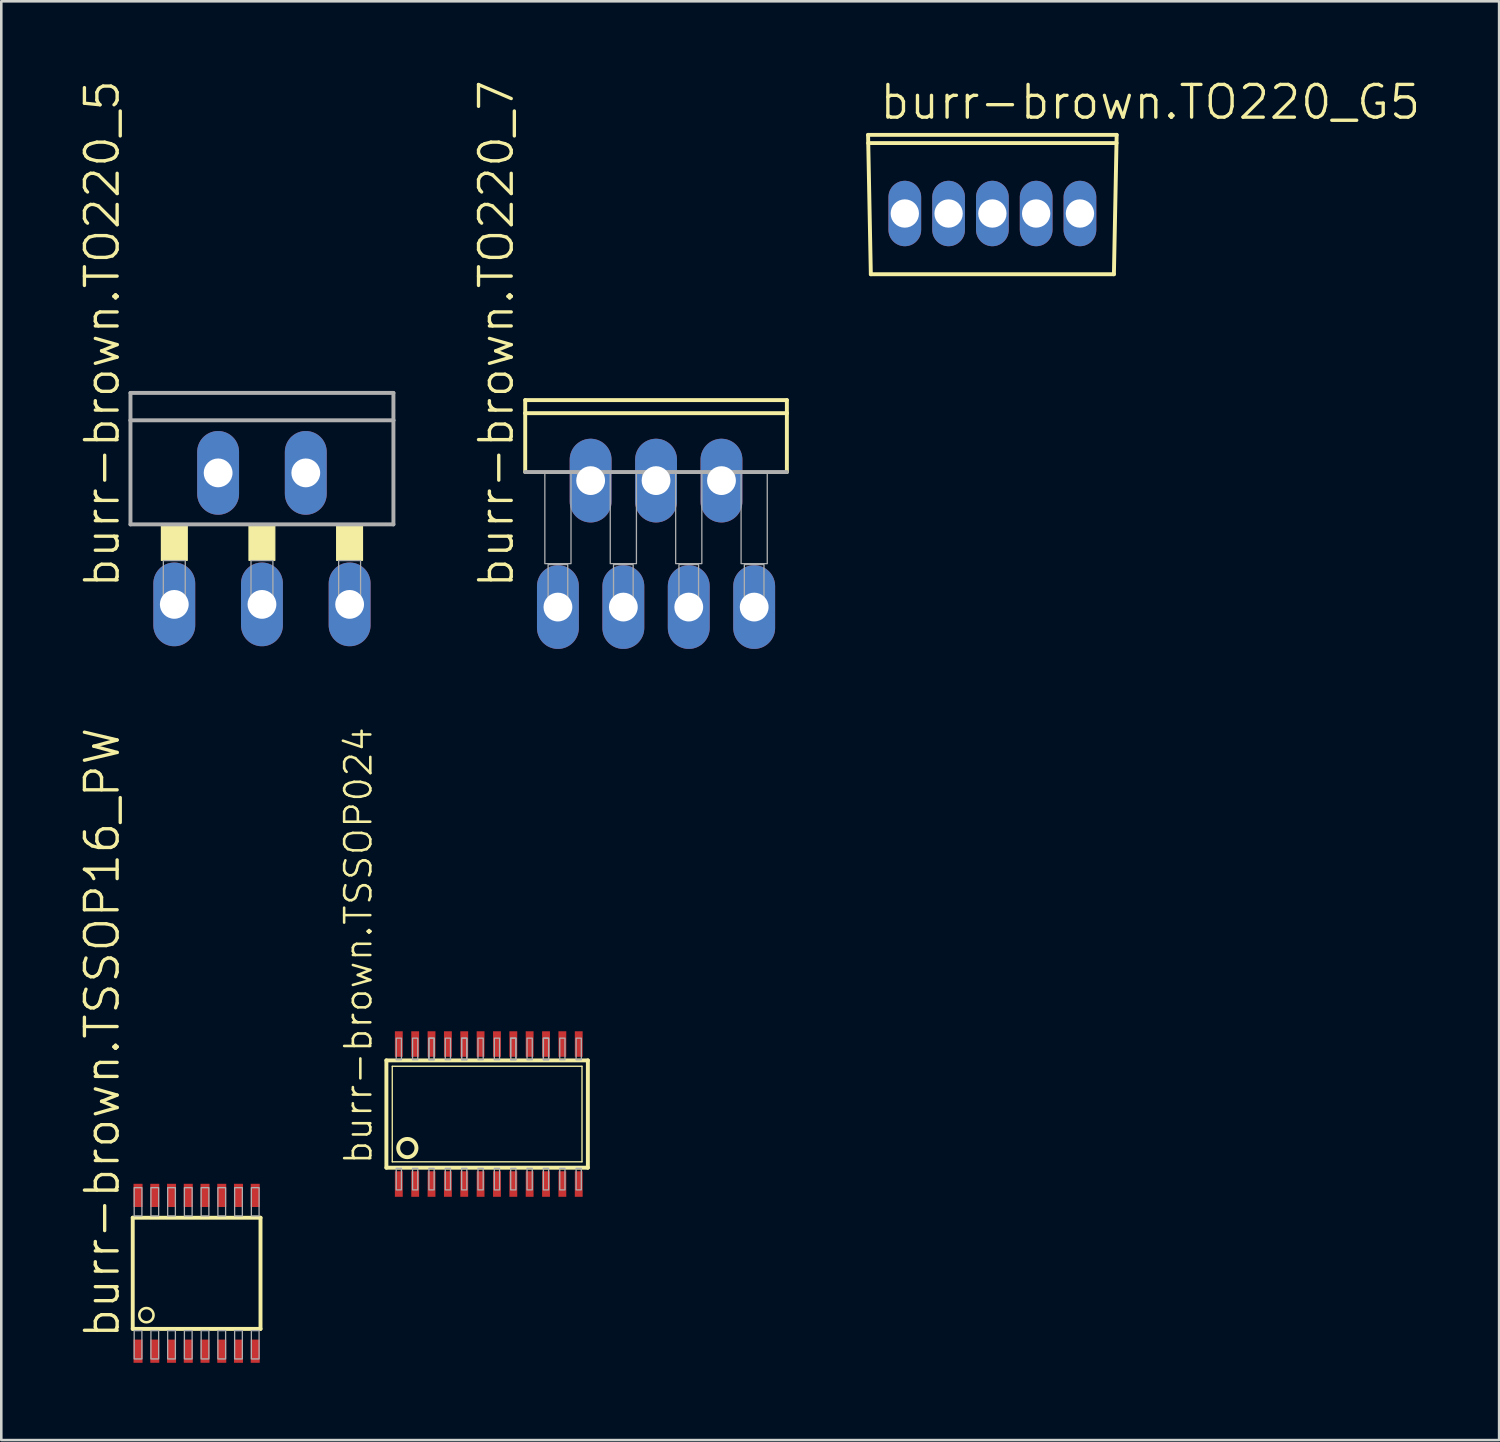
<source format=kicad_pcb>
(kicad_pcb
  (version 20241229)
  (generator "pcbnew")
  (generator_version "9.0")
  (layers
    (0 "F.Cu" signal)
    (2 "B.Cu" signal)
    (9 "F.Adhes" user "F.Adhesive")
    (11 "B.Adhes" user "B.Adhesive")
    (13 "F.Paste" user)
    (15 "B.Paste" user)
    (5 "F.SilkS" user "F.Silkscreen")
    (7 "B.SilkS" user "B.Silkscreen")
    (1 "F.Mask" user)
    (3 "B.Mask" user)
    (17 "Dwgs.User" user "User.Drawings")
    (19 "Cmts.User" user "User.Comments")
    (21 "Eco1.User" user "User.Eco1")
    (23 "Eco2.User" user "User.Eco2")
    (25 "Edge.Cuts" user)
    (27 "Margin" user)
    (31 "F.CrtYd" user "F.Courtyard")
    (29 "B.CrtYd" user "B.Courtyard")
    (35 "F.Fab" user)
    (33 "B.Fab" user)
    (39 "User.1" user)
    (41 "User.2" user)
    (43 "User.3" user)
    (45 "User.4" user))
  (footprint "burr-brown.TSSOP16_PW"
    (layer "F.Cu")
    (at 4.585 46.39)
    (property "Reference" "burr-brown.TSSOP16_PW" (at -2.925 2.6 90) (layer "F.SilkS") (effects (font (size 1.27 1.27) (thickness 0.13)) (justify left bottom)))
    (attr smd)
    (fp_line (start -2.481 -2.158) (end -2.481 2.158) (stroke (width 0.152) (type default)) (layer "F.SilkS"))
    (fp_line (start -2.481 2.158) (end 2.48 2.158) (stroke (width 0.152) (type default)) (layer "F.SilkS"))
    (fp_line (start 2.48 -2.158) (end -2.481 -2.158) (stroke (width 0.152) (type default)) (layer "F.SilkS"))
    (fp_line (start 2.48 2.158) (end 2.48 -2.158) (stroke (width 0.152) (type default)) (layer "F.SilkS"))
    (fp_circle (center -1.95 1.625) (end -1.674 1.625) (stroke (width 0.1) (type default)) (fill no) (layer "F.SilkS"))
    (fp_rect (start -2.425 -2.225) (end -2.125 -3.325) (stroke (width 0.05) (type default)) (fill no) (layer "F.Fab"))
    (fp_rect (start -2.425 3.325) (end -2.125 2.225) (stroke (width 0.05) (type default)) (fill no) (layer "F.Fab"))
    (fp_rect (start -1.775 -2.225) (end -1.475 -3.325) (stroke (width 0.05) (type default)) (fill no) (layer "F.Fab"))
    (fp_rect (start -1.775 3.325) (end -1.475 2.225) (stroke (width 0.05) (type default)) (fill no) (layer "F.Fab"))
    (fp_rect (start -1.125 -2.225) (end -0.825 -3.325) (stroke (width 0.05) (type default)) (fill no) (layer "F.Fab"))
    (fp_rect (start -1.125 3.325) (end -0.825 2.225) (stroke (width 0.05) (type default)) (fill no) (layer "F.Fab"))
    (fp_rect (start -0.475 -2.225) (end -0.175 -3.325) (stroke (width 0.05) (type default)) (fill no) (layer "F.Fab"))
    (fp_rect (start -0.475 3.325) (end -0.175 2.225) (stroke (width 0.05) (type default)) (fill no) (layer "F.Fab"))
    (fp_rect (start 0.175 -2.225) (end 0.475 -3.325) (stroke (width 0.05) (type default)) (fill no) (layer "F.Fab"))
    (fp_rect (start 0.175 3.325) (end 0.475 2.225) (stroke (width 0.05) (type default)) (fill no) (layer "F.Fab"))
    (fp_rect (start 0.825 -2.225) (end 1.125 -3.325) (stroke (width 0.05) (type default)) (fill no) (layer "F.Fab"))
    (fp_rect (start 0.825 3.325) (end 1.125 2.225) (stroke (width 0.05) (type default)) (fill no) (layer "F.Fab"))
    (fp_rect (start 1.475 -2.225) (end 1.775 -3.325) (stroke (width 0.05) (type default)) (fill no) (layer "F.Fab"))
    (fp_rect (start 1.475 3.325) (end 1.775 2.225) (stroke (width 0.05) (type default)) (fill no) (layer "F.Fab"))
    (fp_rect (start 2.125 -2.225) (end 2.425 -3.325) (stroke (width 0.05) (type default)) (fill no) (layer "F.Fab"))
    (fp_rect (start 2.125 3.325) (end 2.425 2.225) (stroke (width 0.05) (type default)) (fill no) (layer "F.Fab"))
    (pad "1" smd roundrect (at -2.275 3.025) (size 0.35 0.9) (layers "F.Cu" "F.Mask" "F.Paste") (roundrect_rratio 0.01))
    (pad "2" smd roundrect (at -1.625 3.025) (size 0.35 0.9) (layers "F.Cu" "F.Mask" "F.Paste") (roundrect_rratio 0.01))
    (pad "3" smd roundrect (at -0.975 3.025) (size 0.35 0.9) (layers "F.Cu" "F.Mask" "F.Paste") (roundrect_rratio 0.01))
    (pad "4" smd roundrect (at -0.325 3.025) (size 0.35 0.9) (layers "F.Cu" "F.Mask" "F.Paste") (roundrect_rratio 0.01))
    (pad "5" smd roundrect (at 0.325 3.025) (size 0.35 0.9) (layers "F.Cu" "F.Mask" "F.Paste") (roundrect_rratio 0.01))
    (pad "6" smd roundrect (at 0.975 3.025) (size 0.35 0.9) (layers "F.Cu" "F.Mask" "F.Paste") (roundrect_rratio 0.01))
    (pad "7" smd roundrect (at 1.625 3.025) (size 0.35 0.9) (layers "F.Cu" "F.Mask" "F.Paste") (roundrect_rratio 0.01))
    (pad "8" smd roundrect (at 2.275 3.025) (size 0.35 0.9) (layers "F.Cu" "F.Mask" "F.Paste") (roundrect_rratio 0.01))
    (pad "9" smd roundrect (at 2.275 -3.025 180) (size 0.35 0.9) (layers "F.Cu" "F.Mask" "F.Paste") (roundrect_rratio 0.01))
    (pad "10" smd roundrect (at 1.625 -3.025 180) (size 0.35 0.9) (layers "F.Cu" "F.Mask" "F.Paste") (roundrect_rratio 0.01))
    (pad "11" smd roundrect (at 0.975 -3.025 180) (size 0.35 0.9) (layers "F.Cu" "F.Mask" "F.Paste") (roundrect_rratio 0.01))
    (pad "12" smd roundrect (at 0.325 -3.025 180) (size 0.35 0.9) (layers "F.Cu" "F.Mask" "F.Paste") (roundrect_rratio 0.01))
    (pad "13" smd roundrect (at -0.325 -3.025 180) (size 0.35 0.9) (layers "F.Cu" "F.Mask" "F.Paste") (roundrect_rratio 0.01))
    (pad "14" smd roundrect (at -0.975 -3.025 180) (size 0.35 0.9) (layers "F.Cu" "F.Mask" "F.Paste") (roundrect_rratio 0.01))
    (pad "15" smd roundrect (at -1.625 -3.025 180) (size 0.35 0.9) (layers "F.Cu" "F.Mask" "F.Paste") (roundrect_rratio 0.01))
    (pad "16" smd roundrect (at -2.275 -3.025 180) (size 0.35 0.9) (layers "F.Cu" "F.Mask" "F.Paste") (roundrect_rratio 0.01)))
  (footprint "burr-brown.TO220_7"
    (layer "F.Cu")
    (at 22.423 12.485)
    (property "Reference" "burr-brown.TO220_7" (at -5.461 7.366 90) (layer "F.SilkS") (effects (font (size 1.27 1.27) (thickness 0.13)) (justify left bottom)))
    (attr through_hole)
    (fp_line (start -5.08 0.508) (end -5.08 0) (stroke (width 0.152) (type default)) (layer "F.SilkS"))
    (fp_line (start -5.08 0.508) (end 5.08 0.508) (stroke (width 0.152) (type default)) (layer "F.SilkS"))
    (fp_line (start -5.08 2.794) (end -5.08 0.508) (stroke (width 0.152) (type default)) (layer "F.SilkS"))
    (fp_line (start 5.08 0) (end -5.08 0) (stroke (width 0.152) (type default)) (layer "F.SilkS"))
    (fp_line (start 5.08 0) (end 5.08 0.508) (stroke (width 0.152) (type default)) (layer "F.SilkS"))
    (fp_line (start 5.08 0.508) (end 5.08 2.794) (stroke (width 0.152) (type default)) (layer "F.SilkS"))
    (fp_line (start 5.08 2.794) (end -5.08 2.794) (stroke (width 0.152) (type default)) (layer "F.Fab"))
    (fp_rect (start -4.318 6.35) (end -3.302 2.794) (stroke (width 0.05) (type default)) (fill no) (layer "F.Fab"))
    (fp_rect (start -4.191 8.29) (end -3.429 6.385) (stroke (width 0.05) (type default)) (fill no) (layer "F.Fab"))
    (fp_rect (start -3.048 3.175) (end -2.032 2.794) (stroke (width 0.05) (type default)) (fill no) (layer "F.Fab"))
    (fp_rect (start -1.778 6.35) (end -0.762 2.794) (stroke (width 0.05) (type default)) (fill no) (layer "F.Fab"))
    (fp_rect (start -1.651 8.29) (end -0.889 6.385) (stroke (width 0.05) (type default)) (fill no) (layer "F.Fab"))
    (fp_rect (start -0.508 3.175) (end 0.508 2.794) (stroke (width 0.05) (type default)) (fill no) (layer "F.Fab"))
    (fp_rect (start 0.762 6.35) (end 1.778 2.794) (stroke (width 0.05) (type default)) (fill no) (layer "F.Fab"))
    (fp_rect (start 0.889 8.29) (end 1.651 6.385) (stroke (width 0.05) (type default)) (fill no) (layer "F.Fab"))
    (fp_rect (start 2.032 3.175) (end 3.048 2.794) (stroke (width 0.05) (type default)) (fill no) (layer "F.Fab"))
    (fp_rect (start 3.302 6.35) (end 4.318 2.794) (stroke (width 0.05) (type default)) (fill no) (layer "F.Fab"))
    (fp_rect (start 3.429 8.29) (end 4.191 6.385) (stroke (width 0.05) (type default)) (fill no) (layer "F.Fab"))
    (pad "1" thru_hole oval (at -3.81 8.036 90) (size 3.251 1.626) (drill 1.118) (layers "*.Cu" "*.Mask"))
    (pad "2" thru_hole oval (at -2.54 3.126 90) (size 3.251 1.626) (drill 1.118) (layers "*.Cu" "*.Mask"))
    (pad "3" thru_hole oval (at -1.27 8.036 90) (size 3.251 1.626) (drill 1.118) (layers "*.Cu" "*.Mask"))
    (pad "4" thru_hole oval (at 0 3.126 90) (size 3.251 1.626) (drill 1.118) (layers "*.Cu" "*.Mask"))
    (pad "5" thru_hole oval (at 1.27 8.036 90) (size 3.251 1.626) (drill 1.118) (layers "*.Cu" "*.Mask"))
    (pad "6" thru_hole oval (at 2.54 3.126 90) (size 3.251 1.626) (drill 1.118) (layers "*.Cu" "*.Mask"))
    (pad "7" thru_hole oval (at 3.81 8.036 90) (size 3.251 1.626) (drill 1.118) (layers "*.Cu" "*.Mask")))
  (footprint "burr-brown.TO220_G5"
    (layer "F.Cu")
    (at 35.482 2.192)
    (property "Reference" "burr-brown.TO220_G5" (at -4.445 -0.532 0) (layer "F.SilkS") (effects (font (size 1.27 1.27) (thickness 0.13)) (justify left bottom)))
    (attr through_hole)
    (fp_line (start -4.826 -0.005) (end -4.719 5.406) (stroke (width 0.152) (type default)) (layer "F.SilkS"))
    (fp_line (start -4.822 0.313) (end 4.822 0.313) (stroke (width 0.152) (type default)) (layer "F.SilkS"))
    (fp_line (start -4.719 5.406) (end 4.719 5.406) (stroke (width 0.152) (type default)) (layer "F.SilkS"))
    (fp_line (start 4.719 5.406) (end 4.826 -0.005) (stroke (width 0.152) (type default)) (layer "F.SilkS"))
    (fp_line (start 4.826 -0.005) (end -4.826 -0.005) (stroke (width 0.152) (type default)) (layer "F.SilkS"))
    (pad "1" thru_hole oval (at -3.4 3.048 90) (size 2.54 1.27) (drill 1.1) (layers "*.Cu" "*.Mask"))
    (pad "2" thru_hole oval (at -1.7 3.048 90) (size 2.54 1.27) (drill 1.1) (layers "*.Cu" "*.Mask"))
    (pad "3" thru_hole oval (at 0 3.048 90) (size 2.54 1.27) (drill 1.1) (layers "*.Cu" "*.Mask"))
    (pad "4" thru_hole oval (at 1.7 3.048 90) (size 2.54 1.27) (drill 1.1) (layers "*.Cu" "*.Mask"))
    (pad "5" thru_hole oval (at 3.4 3.048 90) (size 2.54 1.27) (drill 1.1) (layers "*.Cu" "*.Mask")))
  (footprint "burr-brown.TO220_5"
    (layer "F.Cu")
    (at 7.121 12.206)
    (property "Reference" "burr-brown.TO220_5" (at -5.461 7.645 90) (layer "F.SilkS") (effects (font (size 1.27 1.27) (thickness 0.13)) (justify left bottom)))
    (attr through_hole)
    (fp_rect (start -3.902 6.5) (end -2.902 5.15) (stroke (width 0.05) (type default)) (fill yes) (layer "F.SilkS"))
    (fp_rect (start -0.502 6.5) (end 0.498 5.15) (stroke (width 0.05) (type default)) (fill yes) (layer "F.SilkS"))
    (fp_rect (start 2.902 6.5) (end 3.902 5.15) (stroke (width 0.05) (type default)) (fill yes) (layer "F.SilkS"))
    (fp_line (start -5.105 0) (end 5.105 0) (stroke (width 0.152) (type default)) (layer "F.Fab"))
    (fp_line (start -5.105 1.064) (end -5.105 0) (stroke (width 0.152) (type default)) (layer "F.Fab"))
    (fp_line (start -5.105 1.064) (end 5.105 1.064) (stroke (width 0.152) (type default)) (layer "F.Fab"))
    (fp_line (start -5.105 5.105) (end -5.105 1.064) (stroke (width 0.152) (type default)) (layer "F.Fab"))
    (fp_line (start 5.105 0) (end 5.105 1.064) (stroke (width 0.152) (type default)) (layer "F.Fab"))
    (fp_line (start 5.105 1.064) (end 5.105 5.105) (stroke (width 0.152) (type default)) (layer "F.Fab"))
    (fp_line (start 5.105 5.105) (end -5.105 5.105) (stroke (width 0.152) (type default)) (layer "F.Fab"))
    (fp_rect (start -3.829 8.211) (end -2.978 6.509) (stroke (width 0.05) (type default)) (fill no) (layer "F.Fab"))
    (fp_rect (start -0.425 8.211) (end 0.425 6.509) (stroke (width 0.05) (type default)) (fill no) (layer "F.Fab"))
    (fp_rect (start 2.978 8.211) (end 3.829 6.509) (stroke (width 0.05) (type default)) (fill no) (layer "F.Fab"))
    (pad "1" thru_hole oval (at -3.404 8.211 90) (size 3.251 1.626) (drill 1.118) (layers "*.Cu" "*.Mask"))
    (pad "2" thru_hole oval (at -1.702 3.105 90) (size 3.251 1.626) (drill 1.118) (layers "*.Cu" "*.Mask"))
    (pad "3" thru_hole oval (at 0 8.211 90) (size 3.251 1.626) (drill 1.118) (layers "*.Cu" "*.Mask"))
    (pad "4" thru_hole oval (at 1.702 3.105 90) (size 3.251 1.626) (drill 1.118) (layers "*.Cu" "*.Mask"))
    (pad "5" thru_hole oval (at 3.404 8.211 90) (size 3.251 1.626) (drill 1.118) (layers "*.Cu" "*.Mask")))
  (footprint "burr-brown.TSSOP024"
    (layer "F.Cu")
    (at 15.928 40.206)
    (property "Reference" "burr-brown.TSSOP024" (at -4.47 2.019 90) (layer "F.SilkS") (effects (font (size 1.016 1.016) (thickness 0.1)) (justify left bottom)))
    (attr smd)
    (fp_line (start -3.975 2.083) (end -3.975 -2.083) (stroke (width 0.152) (type default)) (layer "F.SilkS"))
    (fp_line (start -3.975 2.083) (end 3.848 2.083) (stroke (width 0.152) (type default)) (layer "F.SilkS"))
    (fp_line (start -3.747 1.854) (end -3.747 -1.854) (stroke (width 0.051) (type default)) (layer "F.SilkS"))
    (fp_line (start -3.747 1.854) (end 3.62 1.854) (stroke (width 0.051) (type default)) (layer "F.SilkS"))
    (fp_line (start 3.62 -1.854) (end -3.747 -1.854) (stroke (width 0.051) (type default)) (layer "F.SilkS"))
    (fp_line (start 3.62 -1.854) (end 3.62 1.854) (stroke (width 0.051) (type default)) (layer "F.SilkS"))
    (fp_line (start 3.848 -2.083) (end -3.975 -2.083) (stroke (width 0.152) (type default)) (layer "F.SilkS"))
    (fp_line (start 3.848 -2.083) (end 3.848 2.083) (stroke (width 0.152) (type default)) (layer "F.SilkS"))
    (fp_circle (center -3.162 1.321) (end -2.807 1.321) (stroke (width 0.152) (type default)) (fill no) (layer "F.SilkS"))
    (fp_rect (start -3.594 -2.108) (end -3.391 -2.946) (stroke (width 0.05) (type default)) (fill no) (layer "F.Fab"))
    (fp_rect (start -3.594 2.946) (end -3.391 2.108) (stroke (width 0.05) (type default)) (fill no) (layer "F.Fab"))
    (fp_rect (start -2.959 -2.108) (end -2.756 -2.946) (stroke (width 0.05) (type default)) (fill no) (layer "F.Fab"))
    (fp_rect (start -2.959 2.946) (end -2.756 2.108) (stroke (width 0.05) (type default)) (fill no) (layer "F.Fab"))
    (fp_rect (start -2.324 -2.108) (end -2.121 -2.946) (stroke (width 0.05) (type default)) (fill no) (layer "F.Fab"))
    (fp_rect (start -2.324 -2.108) (end -2.121 -2.946) (stroke (width 0.05) (type default)) (fill no) (layer "F.Fab"))
    (fp_rect (start -2.324 2.946) (end -2.121 2.108) (stroke (width 0.05) (type default)) (fill no) (layer "F.Fab"))
    (fp_rect (start -1.689 -2.108) (end -1.486 -2.946) (stroke (width 0.05) (type default)) (fill no) (layer "F.Fab"))
    (fp_rect (start -1.689 2.946) (end -1.486 2.108) (stroke (width 0.05) (type default)) (fill no) (layer "F.Fab"))
    (fp_rect (start -1.054 -2.108) (end -0.851 -2.946) (stroke (width 0.05) (type default)) (fill no) (layer "F.Fab"))
    (fp_rect (start -1.054 -2.108) (end -0.851 -2.946) (stroke (width 0.05) (type default)) (fill no) (layer "F.Fab"))
    (fp_rect (start -1.054 2.946) (end -0.851 2.108) (stroke (width 0.05) (type default)) (fill no) (layer "F.Fab"))
    (fp_rect (start -0.419 -2.108) (end -0.216 -2.946) (stroke (width 0.05) (type default)) (fill no) (layer "F.Fab"))
    (fp_rect (start -0.419 2.946) (end -0.216 2.108) (stroke (width 0.05) (type default)) (fill no) (layer "F.Fab"))
    (fp_rect (start 0.216 -2.108) (end 0.419 -2.946) (stroke (width 0.05) (type default)) (fill no) (layer "F.Fab"))
    (fp_rect (start 0.216 2.946) (end 0.419 2.108) (stroke (width 0.05) (type default)) (fill no) (layer "F.Fab"))
    (fp_rect (start 0.851 -2.108) (end 1.054 -2.946) (stroke (width 0.05) (type default)) (fill no) (layer "F.Fab"))
    (fp_rect (start 0.851 -2.108) (end 1.054 -2.946) (stroke (width 0.05) (type default)) (fill no) (layer "F.Fab"))
    (fp_rect (start 0.851 2.946) (end 1.054 2.108) (stroke (width 0.05) (type default)) (fill no) (layer "F.Fab"))
    (fp_rect (start 1.486 -2.108) (end 1.689 -2.946) (stroke (width 0.05) (type default)) (fill no) (layer "F.Fab"))
    (fp_rect (start 1.486 2.946) (end 1.689 2.108) (stroke (width 0.05) (type default)) (fill no) (layer "F.Fab"))
    (fp_rect (start 2.121 -2.108) (end 2.324 -2.946) (stroke (width 0.05) (type default)) (fill no) (layer "F.Fab"))
    (fp_rect (start 2.121 -2.108) (end 2.324 -2.946) (stroke (width 0.05) (type default)) (fill no) (layer "F.Fab"))
    (fp_rect (start 2.121 2.946) (end 2.324 2.108) (stroke (width 0.05) (type default)) (fill no) (layer "F.Fab"))
    (fp_rect (start 2.756 -2.108) (end 2.959 -2.946) (stroke (width 0.05) (type default)) (fill no) (layer "F.Fab"))
    (fp_rect (start 2.756 2.946) (end 2.959 2.108) (stroke (width 0.05) (type default)) (fill no) (layer "F.Fab"))
    (fp_rect (start 3.391 -2.108) (end 3.594 -2.946) (stroke (width 0.05) (type default)) (fill no) (layer "F.Fab"))
    (fp_rect (start 3.391 2.946) (end 3.594 2.108) (stroke (width 0.05) (type default)) (fill no) (layer "F.Fab"))
    (pad "1" smd roundrect (at -3.493 2.718) (size 0.305 0.991) (layers "F.Cu" "F.Mask" "F.Paste") (roundrect_rratio 0.01))
    (pad "2" smd roundrect (at -2.857 2.718) (size 0.305 0.991) (layers "F.Cu" "F.Mask" "F.Paste") (roundrect_rratio 0.01))
    (pad "3" smd roundrect (at -2.223 2.718) (size 0.305 0.991) (layers "F.Cu" "F.Mask" "F.Paste") (roundrect_rratio 0.01))
    (pad "4" smd roundrect (at -1.587 2.718) (size 0.305 0.991) (layers "F.Cu" "F.Mask" "F.Paste") (roundrect_rratio 0.01))
    (pad "5" smd roundrect (at -0.953 2.718) (size 0.305 0.991) (layers "F.Cu" "F.Mask" "F.Paste") (roundrect_rratio 0.01))
    (pad "6" smd roundrect (at -0.318 2.718) (size 0.305 0.991) (layers "F.Cu" "F.Mask" "F.Paste") (roundrect_rratio 0.01))
    (pad "7" smd roundrect (at 0.318 2.718) (size 0.305 0.991) (layers "F.Cu" "F.Mask" "F.Paste") (roundrect_rratio 0.01))
    (pad "8" smd roundrect (at 0.953 2.718) (size 0.305 0.991) (layers "F.Cu" "F.Mask" "F.Paste") (roundrect_rratio 0.01))
    (pad "9" smd roundrect (at 1.587 2.718) (size 0.305 0.991) (layers "F.Cu" "F.Mask" "F.Paste") (roundrect_rratio 0.01))
    (pad "10" smd roundrect (at 2.223 2.718) (size 0.305 0.991) (layers "F.Cu" "F.Mask" "F.Paste") (roundrect_rratio 0.01))
    (pad "11" smd roundrect (at 2.857 2.718) (size 0.305 0.991) (layers "F.Cu" "F.Mask" "F.Paste") (roundrect_rratio 0.01))
    (pad "12" smd roundrect (at 3.493 2.718) (size 0.305 0.991) (layers "F.Cu" "F.Mask" "F.Paste") (roundrect_rratio 0.01))
    (pad "13" smd roundrect (at 3.493 -2.718) (size 0.305 0.991) (layers "F.Cu" "F.Mask" "F.Paste") (roundrect_rratio 0.01))
    (pad "14" smd roundrect (at 2.857 -2.718) (size 0.305 0.991) (layers "F.Cu" "F.Mask" "F.Paste") (roundrect_rratio 0.01))
    (pad "15" smd roundrect (at 2.223 -2.718) (size 0.305 0.991) (layers "F.Cu" "F.Mask" "F.Paste") (roundrect_rratio 0.01))
    (pad "16" smd roundrect (at 1.587 -2.718) (size 0.305 0.991) (layers "F.Cu" "F.Mask" "F.Paste") (roundrect_rratio 0.01))
    (pad "17" smd roundrect (at 0.953 -2.718) (size 0.305 0.991) (layers "F.Cu" "F.Mask" "F.Paste") (roundrect_rratio 0.01))
    (pad "18" smd roundrect (at 0.318 -2.718) (size 0.305 0.991) (layers "F.Cu" "F.Mask" "F.Paste") (roundrect_rratio 0.01))
    (pad "19" smd roundrect (at -0.318 -2.718) (size 0.305 0.991) (layers "F.Cu" "F.Mask" "F.Paste") (roundrect_rratio 0.01))
    (pad "20" smd roundrect (at -0.953 -2.718) (size 0.305 0.991) (layers "F.Cu" "F.Mask" "F.Paste") (roundrect_rratio 0.01))
    (pad "21" smd roundrect (at -1.587 -2.718) (size 0.305 0.991) (layers "F.Cu" "F.Mask" "F.Paste") (roundrect_rratio 0.01))
    (pad "22" smd roundrect (at -2.223 -2.718) (size 0.305 0.991) (layers "F.Cu" "F.Mask" "F.Paste") (roundrect_rratio 0.01))
    (pad "23" smd roundrect (at -2.857 -2.718) (size 0.305 0.991) (layers "F.Cu" "F.Mask" "F.Paste") (roundrect_rratio 0.01))
    (pad "24" smd roundrect (at -3.493 -2.718) (size 0.305 0.991) (layers "F.Cu" "F.Mask" "F.Paste") (roundrect_rratio 0.01)))
  (gr_rect
    (start -3 -3)
    (end 55.158 52.865)
    (stroke (width 0.1) (type default))
    (fill no)
    (layer "Edge.Cuts")))
</source>
